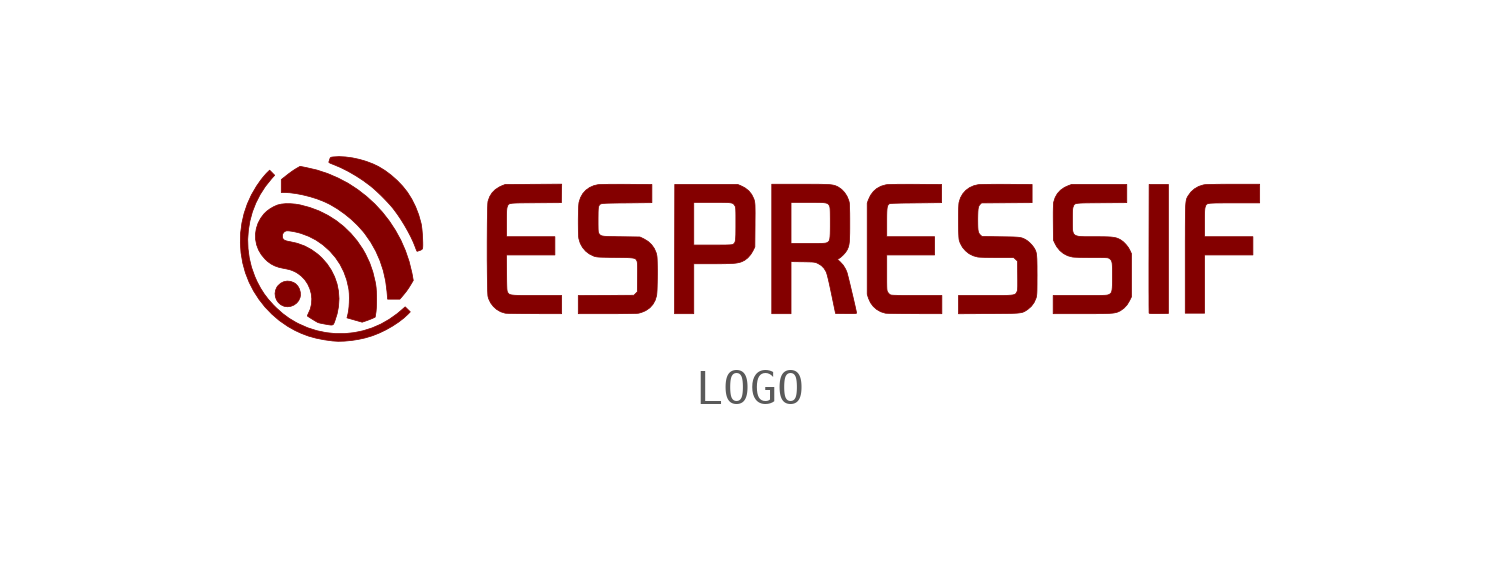
<source format=kicad_sym>
(kicad_symbol_lib
  (version 20210619)
  (generator bitmap2component)
  (symbol "LOGO"
    (pin_names
      (offset 1.016))
    (property "Reference" "#G"
      (at 0 2.321 0)
      (effects (font (size 1.27 1.27)) hide))
    (symbol "LOGO_0_0"
      (polyline (pts (xy -11.693 -2.666) (xy -11.498 -2.648) (xy -11.298 -2.617) (xy -11.101 -2.574) (xy -10.915 -2.519) (xy -10.879 -2.507) (xy -10.688 -2.431) (xy -10.497 -2.339) (xy -10.312 -2.234) (xy -10.139 -2.12) (xy -9.984 -2.001) (xy -9.853 -1.88) (xy -9.797 -1.822) (xy -9.871 -1.749) (xy -9.944 -1.677) (xy -10.077 -1.793) (xy -10.178 -1.877) (xy -10.406 -2.039) (xy -10.645 -2.175) (xy -10.895 -2.284) (xy -11.153 -2.366) (xy -11.417 -2.421) (xy -11.685 -2.449) (xy -11.955 -2.449) (xy -12.225 -2.421) (xy -12.493 -2.365) (xy -12.757 -2.281) (xy -13.015 -2.167) (xy -13.1 -2.123) (xy -13.294 -2.007) (xy -13.474 -1.874) (xy -13.65 -1.718) (xy -13.75 -1.619) (xy -13.889 -1.464) (xy -14.009 -1.307) (xy -14.116 -1.139) (xy -14.215 -0.953) (xy -14.284 -0.798) (xy -14.377 -0.538) (xy -14.441 -0.272) (xy -14.477 -0.002) (xy -14.486 0.269) (xy -14.467 0.538) (xy -14.422 0.805) (xy -14.351 1.066) (xy -14.252 1.319) (xy -14.128 1.563) (xy -13.979 1.794) (xy -13.804 2.012) (xy -13.709 2.118) (xy -13.781 2.192) (xy -13.854 2.265) (xy -13.927 2.194) (xy -13.958 2.162) (xy -14.006 2.107) (xy -14.06 2.042) (xy -14.111 1.977) (xy -14.232 1.804) (xy -14.379 1.552) (xy -14.498 1.289) (xy -14.59 1.018) (xy -14.654 0.739) (xy -14.691 0.455) (xy -14.699 0.167) (xy -14.679 -0.122) (xy -14.63 -0.41) (xy -14.552 -0.696) (xy -14.547 -0.708) (xy -14.445 -0.969) (xy -14.316 -1.22) (xy -14.162 -1.459) (xy -13.986 -1.683) (xy -13.789 -1.888) (xy -13.575 -2.072) (xy -13.344 -2.232) (xy -13.31 -2.253) (xy -13.119 -2.36) (xy -12.926 -2.449) (xy -12.728 -2.522) (xy -12.518 -2.58) (xy -12.29 -2.626) (xy -12.04 -2.661) (xy -11.877 -2.671) (xy -11.693 -2.666)) (stroke (width 0.01)) (fill (type outline)))
      (polyline (pts (xy -12.052 -2.201) (xy -12.026 -2.191) (xy -12.008 -2.169) (xy -11.992 -2.135) (xy -11.973 -2.085) (xy -11.908 -1.881) (xy -11.866 -1.662) (xy -11.853 -1.443) (xy -11.868 -1.227) (xy -11.91 -1.016) (xy -11.98 -0.813) (xy -12.076 -0.619) (xy -12.198 -0.436) (xy -12.346 -0.268) (xy -12.467 -0.157) (xy -12.646 -0.028) (xy -12.839 0.076) (xy -13.046 0.152) (xy -13.267 0.203) (xy -13.282 0.205) (xy -13.366 0.223) (xy -13.425 0.245) (xy -13.462 0.275) (xy -13.481 0.315) (xy -13.487 0.368) (xy -13.479 0.421) (xy -13.446 0.474) (xy -13.39 0.51) (xy -13.36 0.515) (xy -13.301 0.514) (xy -13.223 0.504) (xy -13.131 0.487) (xy -13.031 0.464) (xy -12.948 0.441) (xy -12.724 0.357) (xy -12.513 0.247) (xy -12.315 0.11) (xy -12.131 -0.054) (xy -12.117 -0.068) (xy -11.957 -0.252) (xy -11.822 -0.452) (xy -11.713 -0.668) (xy -11.63 -0.897) (xy -11.574 -1.14) (xy -11.566 -1.191) (xy -11.557 -1.3) (xy -11.554 -1.423) (xy -11.557 -1.552) (xy -11.564 -1.676) (xy -11.577 -1.788) (xy -11.594 -1.879) (xy -11.623 -1.995) (xy -11.546 -2.017) (xy -11.528 -2.022) (xy -11.47 -2.038) (xy -11.399 -2.059) (xy -11.327 -2.079) (xy -11.185 -2.12) (xy -11.065 -2.079) (xy -11.055 -2.076) (xy -10.988 -2.051) (xy -10.925 -2.026) (xy -10.877 -2.006) (xy -10.81 -1.973) (xy -10.79 -1.853) (xy -10.785 -1.82) (xy -10.777 -1.725) (xy -10.771 -1.611) (xy -10.769 -1.487) (xy -10.77 -1.36) (xy -10.775 -1.239) (xy -10.782 -1.13) (xy -10.793 -1.043) (xy -10.809 -0.955) (xy -10.877 -0.672) (xy -10.97 -0.405) (xy -11.089 -0.152) (xy -11.169 -0.011) (xy -11.33 0.225) (xy -11.513 0.442) (xy -11.716 0.638) (xy -11.937 0.812) (xy -12.175 0.962) (xy -12.428 1.089) (xy -12.696 1.189) (xy -12.975 1.263) (xy -13.105 1.285) (xy -13.251 1.297) (xy -13.39 1.298) (xy -13.516 1.286) (xy -13.622 1.261) (xy -13.632 1.258) (xy -13.736 1.212) (xy -13.842 1.151) (xy -13.939 1.079) (xy -14.016 1.005) (xy -14.111 0.879) (xy -14.188 0.734) (xy -14.238 0.581) (xy -14.262 0.425) (xy -14.259 0.269) (xy -14.23 0.115) (xy -14.174 -0.034) (xy -14.092 -0.173) (xy -13.984 -0.301) (xy -13.916 -0.365) (xy -13.815 -0.439) (xy -13.706 -0.496) (xy -13.582 -0.539) (xy -13.435 -0.571) (xy -13.371 -0.583) (xy -13.283 -0.603) (xy -13.207 -0.628) (xy -13.132 -0.661) (xy -13.065 -0.697) (xy -12.943 -0.787) (xy -12.839 -0.895) (xy -12.756 -1.019) (xy -12.694 -1.155) (xy -12.654 -1.298) (xy -12.638 -1.446) (xy -12.646 -1.595) (xy -12.68 -1.74) (xy -12.742 -1.879) (xy -12.749 -1.894) (xy -12.764 -1.926) (xy -12.766 -1.941) (xy -12.762 -1.944) (xy -12.734 -1.964) (xy -12.689 -1.993) (xy -12.634 -2.028) (xy -12.576 -2.063) (xy -12.523 -2.095) (xy -12.48 -2.12) (xy -12.455 -2.132) (xy -12.437 -2.138) (xy -12.39 -2.149) (xy -12.327 -2.162) (xy -12.258 -2.175) (xy -12.224 -2.181) (xy -12.146 -2.195) (xy -12.09 -2.202) (xy -12.052 -2.201)) (stroke (width 0.01)) (fill (type outline)))
      (polyline (pts (xy -5.431 -1.35) (xy -6.217 -1.35) (xy -6.379 -1.35) (xy -6.515 -1.35) (xy -6.626 -1.348) (xy -6.717 -1.346) (xy -6.789 -1.343) (xy -6.844 -1.338) (xy -6.886 -1.332) (xy -6.918 -1.324) (xy -6.941 -1.313) (xy -6.958 -1.3) (xy -6.971 -1.285) (xy -6.985 -1.266) (xy -6.989 -1.26) (xy -6.996 -1.245) (xy -7.002 -1.226) (xy -7.006 -1.2) (xy -7.01 -1.163) (xy -7.012 -1.111) (xy -7.014 -1.043) (xy -7.016 -0.954) (xy -7.017 -0.841) (xy -7.018 -0.701) (xy -7.023 -0.18) (xy -5.626 -0.18) (xy -5.626 0.345) (xy -7.021 0.345) (xy -7.021 0.767) (xy -7.021 0.89) (xy -7.02 0.987) (xy -7.018 1.062) (xy -7.015 1.119) (xy -7.011 1.16) (xy -7.005 1.191) (xy -6.998 1.214) (xy -6.997 1.215) (xy -6.988 1.238) (xy -6.979 1.258) (xy -6.968 1.274) (xy -6.952 1.287) (xy -6.928 1.297) (xy -6.894 1.305) (xy -6.848 1.312) (xy -6.787 1.316) (xy -6.709 1.319) (xy -6.611 1.321) (xy -6.49 1.322) (xy -6.344 1.323) (xy -6.171 1.324) (xy -5.439 1.328) (xy -5.434 1.595) (xy -5.43 1.862) (xy -6.245 1.857) (xy -7.059 1.852) (xy -7.149 1.817) (xy -7.227 1.781) (xy -7.344 1.706) (xy -7.436 1.613) (xy -7.506 1.502) (xy -7.554 1.37) (xy -7.557 1.348) (xy -7.562 1.295) (xy -7.565 1.217) (xy -7.569 1.116) (xy -7.571 0.995) (xy -7.574 0.858) (xy -7.576 0.707) (xy -7.577 0.544) (xy -7.578 0.372) (xy -7.579 0.195) (xy -7.579 0.014) (xy -7.579 -0.167) (xy -7.579 -0.345) (xy -7.577 -0.518) (xy -7.576 -0.684) (xy -7.574 -0.838) (xy -7.572 -0.98) (xy -7.569 -1.105) (xy -7.566 -1.211) (xy -7.562 -1.295) (xy -7.558 -1.355) (xy -7.553 -1.387) (xy -7.537 -1.442) (xy -7.479 -1.563) (xy -7.399 -1.668) (xy -7.301 -1.755) (xy -7.188 -1.82) (xy -7.064 -1.859) (xy -7.058 -1.86) (xy -7.022 -1.863) (xy -6.96 -1.865) (xy -6.874 -1.867) (xy -6.77 -1.869) (xy -6.648 -1.871) (xy -6.513 -1.872) (xy -6.368 -1.873) (xy -6.215 -1.874) (xy -5.431 -1.875) (xy -5.431 -1.35)) (stroke (width 0.01)) (fill (type outline)))
      (polyline (pts (xy -3.93 -1.875) (xy -3.768 -1.874) (xy -3.622 -1.873) (xy -3.494 -1.871) (xy -3.386 -1.869) (xy -3.301 -1.866) (xy -3.241 -1.864) (xy -3.209 -1.86) (xy -3.207 -1.86) (xy -3.152 -1.845) (xy -3.085 -1.821) (xy -3.02 -1.793) (xy -2.993 -1.778) (xy -2.885 -1.702) (xy -2.799 -1.606) (xy -2.734 -1.489) (xy -2.692 -1.352) (xy -2.689 -1.331) (xy -2.684 -1.273) (xy -2.679 -1.193) (xy -2.676 -1.095) (xy -2.673 -0.983) (xy -2.671 -0.864) (xy -2.67 -0.741) (xy -2.67 -0.619) (xy -2.671 -0.503) (xy -2.673 -0.398) (xy -2.676 -0.308) (xy -2.68 -0.238) (xy -2.686 -0.193) (xy -2.704 -0.12) (xy -2.758 0.005) (xy -2.837 0.116) (xy -2.937 0.209) (xy -3.056 0.282) (xy -3.173 0.338) (xy -3.713 0.345) (xy -3.818 0.346) (xy -3.945 0.349) (xy -4.048 0.351) (xy -4.129 0.354) (xy -4.192 0.358) (xy -4.239 0.364) (xy -4.274 0.371) (xy -4.299 0.381) (xy -4.318 0.394) (xy -4.334 0.41) (xy -4.35 0.429) (xy -4.359 0.444) (xy -4.367 0.46) (xy -4.373 0.482) (xy -4.376 0.515) (xy -4.379 0.562) (xy -4.38 0.627) (xy -4.381 0.715) (xy -4.381 0.828) (xy -4.381 0.864) (xy -4.38 0.977) (xy -4.379 1.064) (xy -4.376 1.129) (xy -4.372 1.176) (xy -4.367 1.208) (xy -4.359 1.228) (xy -4.351 1.244) (xy -4.342 1.26) (xy -4.331 1.274) (xy -4.316 1.285) (xy -4.293 1.294) (xy -4.262 1.301) (xy -4.218 1.306) (xy -4.159 1.31) (xy -4.083 1.313) (xy -3.988 1.315) (xy -3.87 1.317) (xy -3.727 1.319) (xy -3.557 1.32) (xy -2.828 1.328) (xy -2.828 1.853) (xy -3.556 1.857) (xy -3.736 1.858) (xy -3.905 1.857) (xy -4.052 1.857) (xy -4.175 1.855) (xy -4.274 1.852) (xy -4.345 1.849) (xy -4.388 1.845) (xy -4.498 1.82) (xy -4.623 1.766) (xy -4.731 1.688) (xy -4.82 1.59) (xy -4.886 1.473) (xy -4.929 1.339) (xy -4.932 1.32) (xy -4.938 1.261) (xy -4.943 1.179) (xy -4.947 1.079) (xy -4.949 0.969) (xy -4.951 0.851) (xy -4.951 0.731) (xy -4.95 0.615) (xy -4.949 0.508) (xy -4.945 0.415) (xy -4.941 0.341) (xy -4.935 0.291) (xy -4.934 0.288) (xy -4.894 0.155) (xy -4.828 0.036) (xy -4.74 -0.068) (xy -4.631 -0.152) (xy -4.504 -0.214) (xy -4.493 -0.218) (xy -4.468 -0.225) (xy -4.441 -0.232) (xy -4.408 -0.237) (xy -4.366 -0.241) (xy -4.311 -0.244) (xy -4.239 -0.246) (xy -4.149 -0.248) (xy -4.034 -0.25) (xy -3.894 -0.252) (xy -3.805 -0.253) (xy -3.673 -0.255) (xy -3.566 -0.257) (xy -3.481 -0.26) (xy -3.416 -0.265) (xy -3.367 -0.271) (xy -3.332 -0.28) (xy -3.306 -0.291) (xy -3.288 -0.306) (xy -3.275 -0.324) (xy -3.263 -0.346) (xy -3.258 -0.357) (xy -3.252 -0.378) (xy -3.248 -0.408) (xy -3.245 -0.451) (xy -3.243 -0.51) (xy -3.242 -0.589) (xy -3.243 -0.69) (xy -3.244 -0.818) (xy -3.248 -1.245) (xy -3.346 -1.343) (xy -4.149 -1.347) (xy -4.951 -1.351) (xy -4.951 -1.875) (xy -4.104 -1.875) (xy -3.93 -1.875)) (stroke (width 0.01)) (fill (type outline)))
      (polyline (pts (xy -1.62 -0.435) (xy -1.069 -0.435) (xy -0.97 -0.435) (xy -0.819 -0.434) (xy -0.693 -0.432) (xy -0.589 -0.429) (xy -0.502 -0.425) (xy -0.431 -0.419) (xy -0.372 -0.411) (xy -0.322 -0.401) (xy -0.277 -0.389) (xy -0.233 -0.374) (xy -0.148 -0.331) (xy -0.058 -0.259) (xy 0.022 -0.168) (xy 0.086 -0.063) (xy 0.142 0.051) (xy 0.147 0.681) (xy 0.147 0.774) (xy 0.148 0.913) (xy 0.149 1.027) (xy 0.148 1.119) (xy 0.147 1.192) (xy 0.146 1.25) (xy 0.143 1.294) (xy 0.139 1.33) (xy 0.134 1.359) (xy 0.128 1.385) (xy 0.121 1.411) (xy 0.11 1.443) (xy 0.051 1.563) (xy -0.032 1.667) (xy -0.139 1.752) (xy -0.269 1.819) (xy -0.353 1.853) (xy -2.168 1.853) (xy -2.169 1.335) (xy -1.62 1.335) (xy -1.084 1.335) (xy -0.959 1.335) (xy -0.834 1.335) (xy -0.733 1.333) (xy -0.653 1.331) (xy -0.593 1.327) (xy -0.547 1.321) (xy -0.513 1.313) (xy -0.489 1.302) (xy -0.47 1.287) (xy -0.455 1.269) (xy -0.439 1.246) (xy -0.433 1.238) (xy -0.425 1.223) (xy -0.419 1.206) (xy -0.414 1.182) (xy -0.41 1.15) (xy -0.408 1.104) (xy -0.406 1.042) (xy -0.405 0.961) (xy -0.405 0.856) (xy -0.405 0.725) (xy -0.405 0.63) (xy -0.406 0.505) (xy -0.407 0.405) (xy -0.411 0.326) (xy -0.415 0.266) (xy -0.423 0.221) (xy -0.432 0.188) (xy -0.445 0.164) (xy -0.462 0.145) (xy -0.482 0.13) (xy -0.483 0.129) (xy -0.496 0.122) (xy -0.514 0.117) (xy -0.542 0.113) (xy -0.582 0.11) (xy -0.637 0.108) (xy -0.711 0.106) (xy -0.805 0.106) (xy -0.923 0.105) (xy -1.069 0.105) (xy -1.62 0.105) (xy -1.62 1.335) (xy -2.169 1.335) (xy -2.175 -1.875) (xy -1.62 -1.875) (xy -1.62 -0.435)) (stroke (width 0.01)) (fill (type outline)))
      (polyline (pts (xy 1.185 -0.373) (xy 1.527 -0.378) (xy 1.554 -0.378) (xy 1.657 -0.38) (xy 1.737 -0.382) (xy 1.796 -0.384) (xy 1.841 -0.388) (xy 1.875 -0.394) (xy 1.904 -0.401) (xy 1.931 -0.412) (xy 1.962 -0.426) (xy 2.058 -0.484) (xy 2.139 -0.566) (xy 2.201 -0.67) (xy 2.202 -0.672) (xy 2.216 -0.714) (xy 2.236 -0.784) (xy 2.26 -0.88) (xy 2.288 -1.001) (xy 2.319 -1.145) (xy 2.354 -1.31) (xy 2.47 -1.868) (xy 2.773 -1.872) (xy 2.813 -1.873) (xy 2.908 -1.873) (xy 2.978 -1.873) (xy 3.026 -1.871) (xy 3.056 -1.867) (xy 3.071 -1.862) (xy 3.076 -1.855) (xy 3.074 -1.845) (xy 3.067 -1.808) (xy 3.054 -1.748) (xy 3.037 -1.669) (xy 3.015 -1.575) (xy 2.991 -1.47) (xy 2.965 -1.358) (xy 2.937 -1.242) (xy 2.91 -1.128) (xy 2.884 -1.018) (xy 2.859 -0.916) (xy 2.837 -0.827) (xy 2.818 -0.755) (xy 2.805 -0.703) (xy 2.796 -0.675) (xy 2.761 -0.592) (xy 2.69 -0.475) (xy 2.603 -0.38) (xy 2.524 -0.309) (xy 2.586 -0.27) (xy 2.629 -0.238) (xy 2.698 -0.174) (xy 2.76 -0.102) (xy 2.805 -0.032) (xy 2.817 -0.005) (xy 2.834 0.034) (xy 2.848 0.077) (xy 2.858 0.126) (xy 2.866 0.184) (xy 2.872 0.255) (xy 2.876 0.343) (xy 2.879 0.45) (xy 2.88 0.581) (xy 2.88 0.738) (xy 2.88 0.881) (xy 2.879 1.02) (xy 2.876 1.137) (xy 2.873 1.23) (xy 2.869 1.298) (xy 2.864 1.338) (xy 2.849 1.395) (xy 2.8 1.512) (xy 2.732 1.618) (xy 2.648 1.708) (xy 2.554 1.774) (xy 2.55 1.777) (xy 2.517 1.794) (xy 2.485 1.808) (xy 2.452 1.821) (xy 2.414 1.831) (xy 2.37 1.839) (xy 2.316 1.846) (xy 2.25 1.851) (xy 2.169 1.854) (xy 2.072 1.857) (xy 1.955 1.859) (xy 1.815 1.859) (xy 1.651 1.86) (xy 1.459 1.86) (xy 0.63 1.86) (xy 0.63 1.335) (xy 1.185 1.335) (xy 1.699 1.335) (xy 1.84 1.335) (xy 1.955 1.334) (xy 2.046 1.332) (xy 2.117 1.328) (xy 2.171 1.322) (xy 2.211 1.313) (xy 2.24 1.301) (xy 2.261 1.286) (xy 2.277 1.266) (xy 2.291 1.243) (xy 2.295 1.235) (xy 2.302 1.217) (xy 2.307 1.194) (xy 2.311 1.161) (xy 2.314 1.117) (xy 2.316 1.056) (xy 2.317 0.976) (xy 2.318 0.872) (xy 2.318 0.743) (xy 2.318 0.638) (xy 2.317 0.519) (xy 2.315 0.424) (xy 2.311 0.351) (xy 2.305 0.295) (xy 2.296 0.254) (xy 2.284 0.225) (xy 2.268 0.204) (xy 2.247 0.187) (xy 2.221 0.173) (xy 2.22 0.172) (xy 2.203 0.166) (xy 2.178 0.161) (xy 2.142 0.157) (xy 2.091 0.154) (xy 2.022 0.152) (xy 1.933 0.151) (xy 1.821 0.15) (xy 1.681 0.15) (xy 1.185 0.15) (xy 1.185 1.335) (xy 0.63 1.335) (xy 0.63 -1.875) (xy 1.185 -1.875) (xy 1.185 -0.373)) (stroke (width 0.01)) (fill (type outline)))
      (polyline (pts (xy 5.536 -1.35) (xy 4.812 -1.35) (xy 4.712 -1.35) (xy 4.549 -1.349) (xy 4.413 -1.349) (xy 4.303 -1.347) (xy 4.215 -1.345) (xy 4.148 -1.343) (xy 4.099 -1.34) (xy 4.068 -1.336) (xy 4.051 -1.331) (xy 4.046 -1.328) (xy 4.012 -1.3) (xy 3.98 -1.262) (xy 3.979 -1.26) (xy 3.97 -1.246) (xy 3.963 -1.232) (xy 3.957 -1.213) (xy 3.953 -1.187) (xy 3.95 -1.15) (xy 3.948 -1.099) (xy 3.947 -1.032) (xy 3.946 -0.945) (xy 3.946 -0.833) (xy 3.946 -0.18) (xy 5.326 -0.18) (xy 5.326 0.345) (xy 3.946 0.345) (xy 3.946 0.758) (xy 3.946 0.858) (xy 3.947 0.972) (xy 3.949 1.062) (xy 3.953 1.132) (xy 3.959 1.184) (xy 3.968 1.223) (xy 3.979 1.251) (xy 3.994 1.272) (xy 4.013 1.29) (xy 4.014 1.291) (xy 4.025 1.296) (xy 4.045 1.301) (xy 4.074 1.304) (xy 4.117 1.308) (xy 4.176 1.31) (xy 4.252 1.312) (xy 4.348 1.315) (xy 4.468 1.317) (xy 4.612 1.318) (xy 4.785 1.32) (xy 5.529 1.328) (xy 5.529 1.853) (xy 4.786 1.857) (xy 4.786 1.857) (xy 4.594 1.858) (xy 4.424 1.857) (xy 4.276 1.857) (xy 4.152 1.855) (xy 4.054 1.852) (xy 3.982 1.849) (xy 3.939 1.845) (xy 3.916 1.841) (xy 3.781 1.802) (xy 3.662 1.738) (xy 3.562 1.651) (xy 3.479 1.54) (xy 3.417 1.408) (xy 3.383 1.313) (xy 3.383 -1.313) (xy 3.417 -1.42) (xy 3.421 -1.432) (xy 3.478 -1.557) (xy 3.558 -1.665) (xy 3.658 -1.753) (xy 3.774 -1.819) (xy 3.905 -1.86) (xy 3.91 -1.86) (xy 3.946 -1.863) (xy 4.008 -1.865) (xy 4.093 -1.867) (xy 4.198 -1.869) (xy 4.319 -1.871) (xy 4.454 -1.872) (xy 4.599 -1.873) (xy 4.752 -1.874) (xy 5.536 -1.875) (xy 5.536 -1.35)) (stroke (width 0.01)) (fill (type outline)))
      (polyline (pts (xy 6.89 -1.872) (xy 6.944 -1.872) (xy 7.129 -1.871) (xy 7.287 -1.869) (xy 7.42 -1.868) (xy 7.532 -1.866) (xy 7.625 -1.863) (xy 7.701 -1.859) (xy 7.763 -1.853) (xy 7.813 -1.846) (xy 7.855 -1.837) (xy 7.889 -1.825) (xy 7.92 -1.811) (xy 7.949 -1.794) (xy 7.98 -1.774) (xy 8.014 -1.751) (xy 8.022 -1.745) (xy 8.12 -1.658) (xy 8.198 -1.55) (xy 8.252 -1.427) (xy 8.258 -1.407) (xy 8.264 -1.381) (xy 8.27 -1.35) (xy 8.274 -1.314) (xy 8.277 -1.267) (xy 8.279 -1.207) (xy 8.28 -1.13) (xy 8.281 -1.033) (xy 8.281 -0.913) (xy 8.282 -0.766) (xy 8.281 -0.638) (xy 8.281 -0.501) (xy 8.279 -0.389) (xy 8.277 -0.297) (xy 8.272 -0.223) (xy 8.266 -0.163) (xy 8.257 -0.115) (xy 8.245 -0.074) (xy 8.23 -0.038) (xy 8.212 -0.004) (xy 8.19 0.032) (xy 8.181 0.045) (xy 8.132 0.108) (xy 8.071 0.171) (xy 8.008 0.225) (xy 7.952 0.262) (xy 7.928 0.275) (xy 7.894 0.291) (xy 7.861 0.305) (xy 7.827 0.315) (xy 7.787 0.323) (xy 7.738 0.33) (xy 7.676 0.334) (xy 7.599 0.338) (xy 7.502 0.34) (xy 7.383 0.342) (xy 7.236 0.344) (xy 6.694 0.352) (xy 6.653 0.39) (xy 6.636 0.406) (xy 6.614 0.433) (xy 6.598 0.464) (xy 6.586 0.502) (xy 6.578 0.554) (xy 6.574 0.623) (xy 6.572 0.713) (xy 6.571 0.828) (xy 6.571 0.869) (xy 6.573 0.982) (xy 6.576 1.07) (xy 6.581 1.137) (xy 6.59 1.188) (xy 6.602 1.226) (xy 6.619 1.255) (xy 6.641 1.281) (xy 6.68 1.32) (xy 8.139 1.328) (xy 8.139 1.853) (xy 7.412 1.857) (xy 7.383 1.857) (xy 7.205 1.858) (xy 7.045 1.857) (xy 6.905 1.856) (xy 6.785 1.855) (xy 6.69 1.852) (xy 6.62 1.849) (xy 6.579 1.845) (xy 6.463 1.818) (xy 6.338 1.763) (xy 6.23 1.685) (xy 6.142 1.587) (xy 6.075 1.471) (xy 6.033 1.338) (xy 6.03 1.322) (xy 6.025 1.268) (xy 6.021 1.191) (xy 6.018 1.097) (xy 6.016 0.99) (xy 6.016 0.875) (xy 6.016 0.757) (xy 6.017 0.64) (xy 6.019 0.53) (xy 6.022 0.43) (xy 6.026 0.346) (xy 6.031 0.283) (xy 6.037 0.245) (xy 6.066 0.161) (xy 6.131 0.042) (xy 6.218 -0.06) (xy 6.322 -0.144) (xy 6.441 -0.204) (xy 6.571 -0.24) (xy 6.582 -0.241) (xy 6.631 -0.245) (xy 6.703 -0.248) (xy 6.795 -0.251) (xy 6.901 -0.253) (xy 7.017 -0.254) (xy 7.138 -0.255) (xy 7.607 -0.255) (xy 7.663 -0.306) (xy 7.719 -0.358) (xy 7.723 -0.775) (xy 7.723 -0.787) (xy 7.724 -0.909) (xy 7.724 -1.006) (xy 7.724 -1.08) (xy 7.722 -1.135) (xy 7.719 -1.176) (xy 7.715 -1.205) (xy 7.708 -1.227) (xy 7.701 -1.245) (xy 7.697 -1.252) (xy 7.686 -1.273) (xy 7.674 -1.291) (xy 7.659 -1.306) (xy 7.638 -1.318) (xy 7.609 -1.328) (xy 7.569 -1.336) (xy 7.517 -1.341) (xy 7.449 -1.345) (xy 7.363 -1.348) (xy 7.257 -1.349) (xy 7.128 -1.35) (xy 6.974 -1.35) (xy 6.016 -1.35) (xy 6.016 -1.877) (xy 6.89 -1.872)) (stroke (width 0.01)) (fill (type outline)))
      (polyline (pts (xy 9.576 -1.875) (xy 9.765 -1.875) (xy 9.932 -1.875) (xy 10.074 -1.873) (xy 10.194 -1.872) (xy 10.294 -1.869) (xy 10.376 -1.865) (xy 10.444 -1.86) (xy 10.499 -1.854) (xy 10.545 -1.845) (xy 10.584 -1.835) (xy 10.617 -1.823) (xy 10.649 -1.808) (xy 10.682 -1.792) (xy 10.684 -1.791) (xy 10.789 -1.716) (xy 10.879 -1.618) (xy 10.95 -1.5) (xy 11.005 -1.388) (xy 11.005 -0.143) (xy 10.957 -0.041) (xy 10.915 0.034) (xy 10.845 0.124) (xy 10.766 0.203) (xy 10.685 0.26) (xy 10.656 0.275) (xy 10.615 0.294) (xy 10.573 0.309) (xy 10.526 0.321) (xy 10.471 0.33) (xy 10.405 0.337) (xy 10.323 0.341) (xy 10.222 0.344) (xy 10.098 0.345) (xy 9.947 0.345) (xy 9.8 0.345) (xy 9.669 0.345) (xy 9.564 0.349) (xy 9.481 0.357) (xy 9.418 0.372) (xy 9.371 0.395) (xy 9.339 0.429) (xy 9.319 0.476) (xy 9.307 0.537) (xy 9.303 0.615) (xy 9.302 0.712) (xy 9.302 0.828) (xy 9.302 0.845) (xy 9.302 0.955) (xy 9.304 1.041) (xy 9.307 1.105) (xy 9.311 1.153) (xy 9.317 1.188) (xy 9.326 1.214) (xy 9.335 1.237) (xy 9.344 1.257) (xy 9.355 1.273) (xy 9.371 1.286) (xy 9.394 1.297) (xy 9.427 1.305) (xy 9.472 1.311) (xy 9.533 1.316) (xy 9.61 1.319) (xy 9.708 1.321) (xy 9.828 1.322) (xy 9.973 1.323) (xy 10.145 1.324) (xy 10.87 1.328) (xy 10.87 1.853) (xy 9.279 1.853) (xy 9.182 1.817) (xy 9.072 1.767) (xy 8.959 1.688) (xy 8.869 1.59) (xy 8.803 1.473) (xy 8.761 1.34) (xy 8.758 1.315) (xy 8.754 1.254) (xy 8.751 1.166) (xy 8.749 1.052) (xy 8.749 0.915) (xy 8.75 0.755) (xy 8.754 0.247) (xy 8.808 0.134) (xy 8.854 0.052) (xy 8.942 -0.056) (xy 9.047 -0.142) (xy 9.168 -0.204) (xy 9.302 -0.24) (xy 9.312 -0.241) (xy 9.36 -0.245) (xy 9.433 -0.248) (xy 9.524 -0.251) (xy 9.63 -0.253) (xy 9.745 -0.254) (xy 9.866 -0.255) (xy 9.909 -0.255) (xy 10.031 -0.255) (xy 10.128 -0.256) (xy 10.203 -0.257) (xy 10.258 -0.259) (xy 10.299 -0.261) (xy 10.327 -0.265) (xy 10.346 -0.271) (xy 10.361 -0.278) (xy 10.373 -0.286) (xy 10.373 -0.287) (xy 10.397 -0.307) (xy 10.416 -0.328) (xy 10.431 -0.353) (xy 10.441 -0.386) (xy 10.449 -0.43) (xy 10.453 -0.49) (xy 10.456 -0.569) (xy 10.457 -0.67) (xy 10.457 -0.798) (xy 10.457 -0.81) (xy 10.457 -0.94) (xy 10.455 -1.044) (xy 10.451 -1.125) (xy 10.445 -1.187) (xy 10.436 -1.232) (xy 10.423 -1.265) (xy 10.405 -1.289) (xy 10.381 -1.308) (xy 10.352 -1.324) (xy 10.348 -1.326) (xy 10.334 -1.331) (xy 10.315 -1.336) (xy 10.289 -1.34) (xy 10.253 -1.343) (xy 10.206 -1.345) (xy 10.144 -1.347) (xy 10.064 -1.349) (xy 9.965 -1.349) (xy 9.843 -1.35) (xy 9.697 -1.35) (xy 9.523 -1.35) (xy 8.747 -1.35) (xy 8.747 -1.875) (xy 9.576 -1.875)) (stroke (width 0.01)) (fill (type outline)))
      (polyline (pts (xy 11.796 -1.872) (xy 12.07 -1.868) (xy 12.07 1.853) (xy 11.515 1.853) (xy 11.511 0.007) (xy 11.511 -0.196) (xy 11.51 -0.422) (xy 11.51 -0.638) (xy 11.51 -1.034) (xy 11.51 -1.21) (xy 11.511 -1.368) (xy 11.511 -1.508) (xy 11.511 -1.627) (xy 11.512 -1.723) (xy 11.513 -1.794) (xy 11.513 -1.84) (xy 11.514 -1.857) (xy 11.517 -1.86) (xy 11.532 -1.866) (xy 11.565 -1.87) (xy 11.617 -1.873) (xy 11.693 -1.873) (xy 11.796 -1.872)) (stroke (width 0.01)) (fill (type outline)))
      (polyline (pts (xy 13.113 -0.18) (xy 14.508 -0.18) (xy 14.508 0.345) (xy 13.113 0.345) (xy 13.113 0.767) (xy 13.113 0.89) (xy 13.114 0.987) (xy 13.116 1.062) (xy 13.119 1.119) (xy 13.123 1.16) (xy 13.129 1.191) (xy 13.136 1.214) (xy 13.137 1.216) (xy 13.146 1.239) (xy 13.155 1.259) (xy 13.167 1.275) (xy 13.183 1.288) (xy 13.207 1.298) (xy 13.241 1.306) (xy 13.287 1.312) (xy 13.348 1.315) (xy 13.427 1.318) (xy 13.526 1.319) (xy 13.647 1.32) (xy 13.793 1.32) (xy 13.967 1.32) (xy 14.703 1.32) (xy 14.703 1.86) (xy 13.957 1.86) (xy 13.831 1.86) (xy 13.676 1.859) (xy 13.534 1.858) (xy 13.408 1.856) (xy 13.299 1.854) (xy 13.212 1.851) (xy 13.149 1.848) (xy 13.113 1.845) (xy 13.075 1.838) (xy 12.944 1.796) (xy 12.826 1.728) (xy 12.724 1.639) (xy 12.643 1.529) (xy 12.633 1.512) (xy 12.62 1.49) (xy 12.61 1.47) (xy 12.6 1.447) (xy 12.592 1.421) (xy 12.585 1.39) (xy 12.579 1.352) (xy 12.574 1.306) (xy 12.569 1.248) (xy 12.566 1.179) (xy 12.563 1.096) (xy 12.561 0.997) (xy 12.56 0.88) (xy 12.559 0.744) (xy 12.558 0.587) (xy 12.558 0.407) (xy 12.557 0.202) (xy 12.557 -1.86) (xy 13.113 -1.86) (xy 13.113 -0.18)) (stroke (width 0.01)) (fill (type outline)))
      (polyline (pts (xy -13.243 -1.662) (xy -13.154 -1.626) (xy -13.076 -1.569) (xy -13.015 -1.495) (xy -12.976 -1.406) (xy -12.967 -1.355) (xy -12.969 -1.258) (xy -12.994 -1.164) (xy -13.04 -1.08) (xy -13.103 -1.013) (xy -13.156 -0.979) (xy -13.251 -0.943) (xy -13.349 -0.934) (xy -13.445 -0.952) (xy -13.534 -0.996) (xy -13.611 -1.065) (xy -13.644 -1.109) (xy -13.683 -1.198) (xy -13.698 -1.291) (xy -13.688 -1.385) (xy -13.657 -1.473) (xy -13.604 -1.551) (xy -13.533 -1.615) (xy -13.443 -1.658) (xy -13.435 -1.661) (xy -13.338 -1.675) (xy -13.243 -1.662)) (stroke (width 0.01)) (fill (type outline)))
      (polyline (pts (xy -10.01 -1.353) (xy -9.988 -1.327) (xy -9.908 -1.227) (xy -9.838 -1.126) (xy -9.767 -1.01) (xy -9.711 -0.915) (xy -9.738 -0.761) (xy -9.752 -0.691) (xy -9.831 -0.369) (xy -9.937 -0.058) (xy -10.068 0.242) (xy -10.224 0.527) (xy -10.402 0.798) (xy -10.601 1.053) (xy -10.821 1.29) (xy -11.059 1.508) (xy -11.315 1.706) (xy -11.586 1.883) (xy -11.873 2.035) (xy -12.172 2.164) (xy -12.483 2.267) (xy -12.806 2.342) (xy -12.976 2.375) (xy -13.091 2.309) (xy -13.144 2.276) (xy -13.215 2.228) (xy -13.291 2.173) (xy -13.362 2.118) (xy -13.518 1.994) (xy -13.518 1.62) (xy -13.421 1.62) (xy -13.276 1.614) (xy -13.094 1.591) (xy -12.902 1.554) (xy -12.705 1.505) (xy -12.511 1.446) (xy -12.327 1.377) (xy -12.16 1.301) (xy -12.11 1.275) (xy -11.903 1.153) (xy -11.697 1.008) (xy -11.5 0.848) (xy -11.319 0.676) (xy -11.16 0.499) (xy -11.11 0.437) (xy -10.938 0.191) (xy -10.791 -0.07) (xy -10.67 -0.345) (xy -10.575 -0.632) (xy -10.508 -0.929) (xy -10.469 -1.234) (xy -10.451 -1.455) (xy -10.098 -1.455) (xy -10.01 -1.353)) (stroke (width 0.01)) (fill (type outline)))
      (polyline (pts (xy -9.594 -0.074) (xy -9.564 -0.065) (xy -9.522 -0.051) (xy -9.491 -0.039) (xy -9.457 -0.017) (xy -9.442 0.011) (xy -9.438 0.046) (xy -9.436 0.107) (xy -9.437 0.187) (xy -9.44 0.279) (xy -9.445 0.377) (xy -9.453 0.475) (xy -9.461 0.567) (xy -9.471 0.647) (xy -9.481 0.709) (xy -9.489 0.741) (xy -9.555 0.978) (xy -9.645 1.211) (xy -9.756 1.433) (xy -9.883 1.635) (xy -9.884 1.635) (xy -10.016 1.802) (xy -10.171 1.964) (xy -10.342 2.116) (xy -10.523 2.252) (xy -10.707 2.365) (xy -10.87 2.444) (xy -11.06 2.516) (xy -11.259 2.575) (xy -11.462 2.619) (xy -11.662 2.646) (xy -11.852 2.656) (xy -12.027 2.646) (xy -12.064 2.641) (xy -12.093 2.631) (xy -12.109 2.612) (xy -12.122 2.577) (xy -12.125 2.565) (xy -12.138 2.524) (xy -12.147 2.499) (xy -12.143 2.488) (xy -12.114 2.469) (xy -12.059 2.446) (xy -12.043 2.44) (xy -11.826 2.35) (xy -11.6 2.238) (xy -11.374 2.108) (xy -11.154 1.965) (xy -10.948 1.812) (xy -10.878 1.754) (xy -10.779 1.666) (xy -10.673 1.566) (xy -10.566 1.46) (xy -10.465 1.355) (xy -10.374 1.256) (xy -10.301 1.17) (xy -10.284 1.148) (xy -10.177 1.004) (xy -10.07 0.846) (xy -9.966 0.679) (xy -9.87 0.51) (xy -9.783 0.345) (xy -9.71 0.189) (xy -9.654 0.049) (xy -9.645 0.024) (xy -9.625 -0.027) (xy -9.61 -0.062) (xy -9.601 -0.075) (xy -9.594 -0.074)) (stroke (width 0.01)) (fill (type outline))))))
</source>
